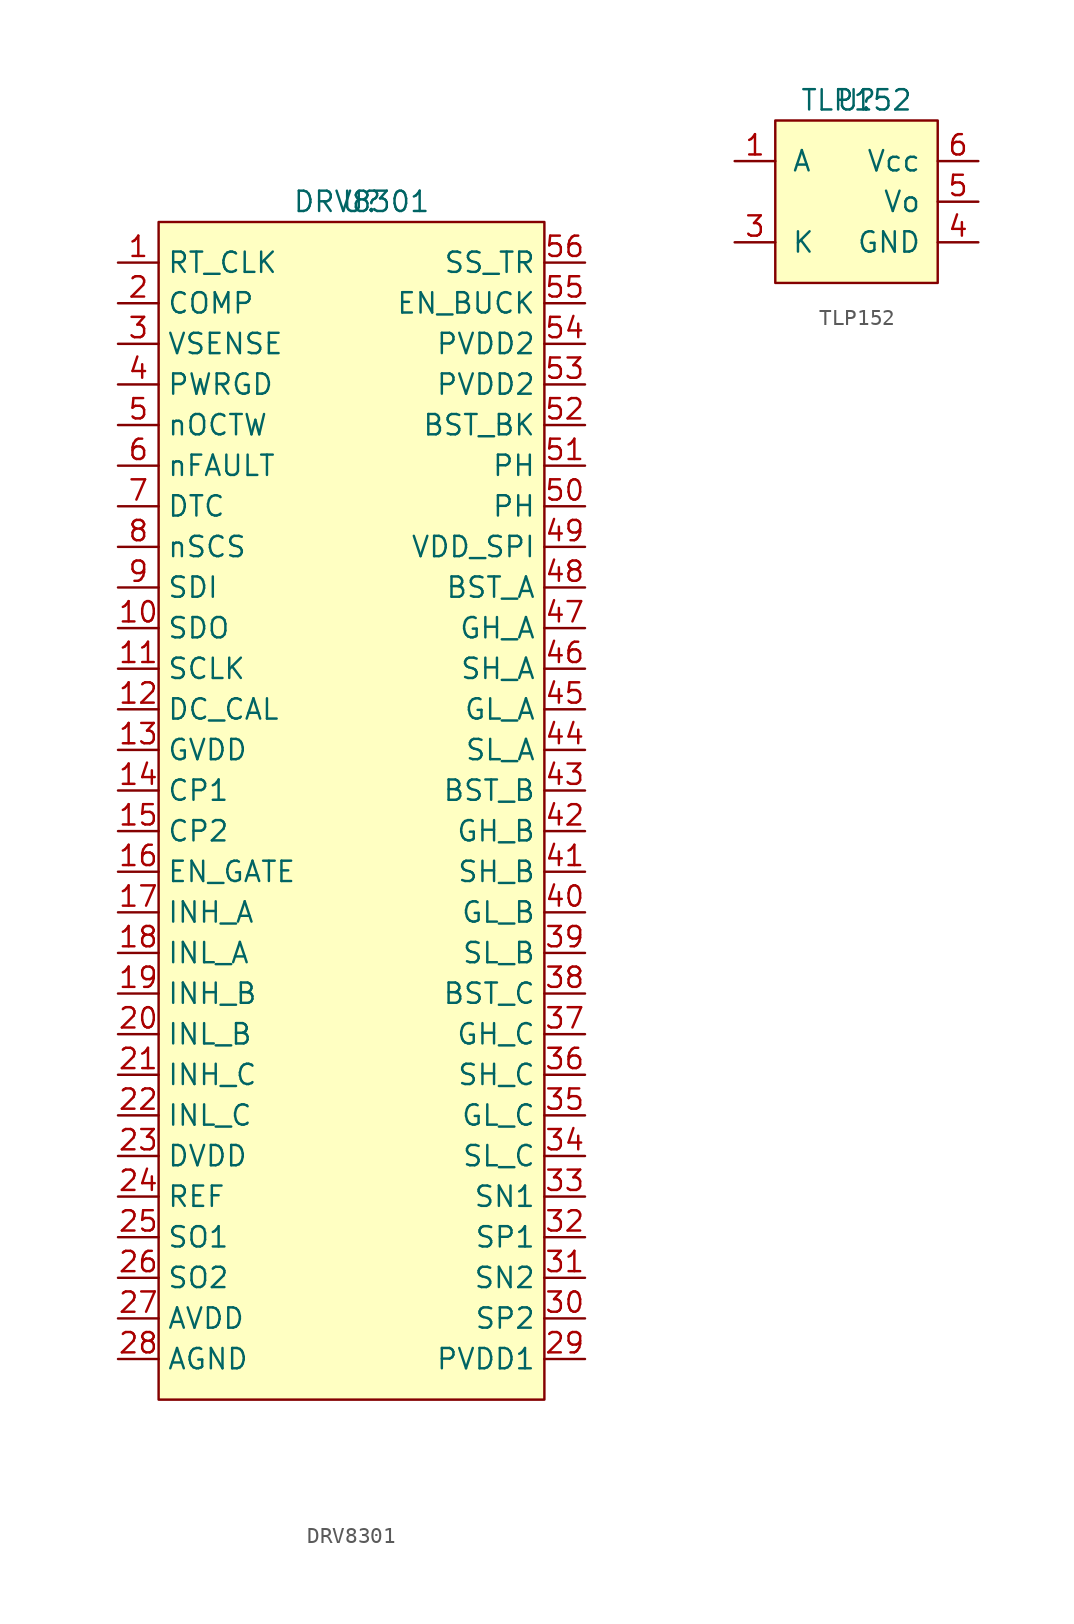
<source format=kicad_sym>
(kicad_symbol_lib
  (version 20211014)
  (generator kicad_symbol_editor)
  (symbol "DRV8301"
    (property "Reference" "U"
      (at 0 0 0)
      (effects (font (size 1.27 1.27))))
    (property "Value" "DRV8301"
      (at 0 0 0)
      (effects (font (size 1.27 1.27))))
    (symbol "DRV8301_0_1"
      (rectangle (start -12.7 -1.27) (end 11.43 -74.93) (stroke (width 0) (type default) (color 0 0 0 0)) (fill (type background))))
    (symbol "DRV8301_1_1"
      (pin input line (at -15.24 -3.81 0) (length 2.54) (name "RT_CLK" (effects (font (size 1.27 1.27)))) (number "1" (effects (font (size 1.27 1.27)))))
      (pin output line (at -15.24 -26.67 0) (length 2.54) (name "SDO" (effects (font (size 1.27 1.27)))) (number "10" (effects (font (size 1.27 1.27)))))
      (pin input line (at -15.24 -29.21 0) (length 2.54) (name "SCLK" (effects (font (size 1.27 1.27)))) (number "11" (effects (font (size 1.27 1.27)))))
      (pin input line (at -15.24 -31.75 0) (length 2.54) (name "DC_CAL" (effects (font (size 1.27 1.27)))) (number "12" (effects (font (size 1.27 1.27)))))
      (pin input line (at -15.24 -34.29 0) (length 2.54) (name "GVDD" (effects (font (size 1.27 1.27)))) (number "13" (effects (font (size 1.27 1.27)))))
      (pin input line (at -15.24 -36.83 0) (length 2.54) (name "CP1" (effects (font (size 1.27 1.27)))) (number "14" (effects (font (size 1.27 1.27)))))
      (pin input line (at -15.24 -39.37 0) (length 2.54) (name "CP2" (effects (font (size 1.27 1.27)))) (number "15" (effects (font (size 1.27 1.27)))))
      (pin input line (at -15.24 -41.91 0) (length 2.54) (name "EN_GATE" (effects (font (size 1.27 1.27)))) (number "16" (effects (font (size 1.27 1.27)))))
      (pin input line (at -15.24 -44.45 0) (length 2.54) (name "INH_A" (effects (font (size 1.27 1.27)))) (number "17" (effects (font (size 1.27 1.27)))))
      (pin input line (at -15.24 -46.99 0) (length 2.54) (name "INL_A" (effects (font (size 1.27 1.27)))) (number "18" (effects (font (size 1.27 1.27)))))
      (pin input line (at -15.24 -49.53 0) (length 2.54) (name "INH_B" (effects (font (size 1.27 1.27)))) (number "19" (effects (font (size 1.27 1.27)))))
      (pin input line (at -15.24 -6.35 0) (length 2.54) (name "COMP" (effects (font (size 1.27 1.27)))) (number "2" (effects (font (size 1.27 1.27)))))
      (pin input line (at -15.24 -52.07 0) (length 2.54) (name "INL_B" (effects (font (size 1.27 1.27)))) (number "20" (effects (font (size 1.27 1.27)))))
      (pin input line (at -15.24 -54.61 0) (length 2.54) (name "INH_C" (effects (font (size 1.27 1.27)))) (number "21" (effects (font (size 1.27 1.27)))))
      (pin input line (at -15.24 -57.15 0) (length 2.54) (name "INL_C" (effects (font (size 1.27 1.27)))) (number "22" (effects (font (size 1.27 1.27)))))
      (pin input line (at -15.24 -59.69 0) (length 2.54) (name "DVDD" (effects (font (size 1.27 1.27)))) (number "23" (effects (font (size 1.27 1.27)))))
      (pin output line (at -15.24 -62.23 0) (length 2.54) (name "REF" (effects (font (size 1.27 1.27)))) (number "24" (effects (font (size 1.27 1.27)))))
      (pin output line (at -15.24 -64.77 0) (length 2.54) (name "SO1" (effects (font (size 1.27 1.27)))) (number "25" (effects (font (size 1.27 1.27)))))
      (pin output line (at -15.24 -67.31 0) (length 2.54) (name "SO2" (effects (font (size 1.27 1.27)))) (number "26" (effects (font (size 1.27 1.27)))))
      (pin power_in line (at -15.24 -69.85 0) (length 2.54) (name "AVDD" (effects (font (size 1.27 1.27)))) (number "27" (effects (font (size 1.27 1.27)))))
      (pin power_in line (at -15.24 -72.39 0) (length 2.54) (name "AGND" (effects (font (size 1.27 1.27)))) (number "28" (effects (font (size 1.27 1.27)))))
      (pin power_in line (at 13.97 -72.39 180) (length 2.54) (name "PVDD1" (effects (font (size 1.27 1.27)))) (number "29" (effects (font (size 1.27 1.27)))))
      (pin input line (at -15.24 -8.89 0) (length 2.54) (name "VSENSE" (effects (font (size 1.27 1.27)))) (number "3" (effects (font (size 1.27 1.27)))))
      (pin input line (at 13.97 -69.85 180) (length 2.54) (name "SP2" (effects (font (size 1.27 1.27)))) (number "30" (effects (font (size 1.27 1.27)))))
      (pin input line (at 13.97 -67.31 180) (length 2.54) (name "SN2" (effects (font (size 1.27 1.27)))) (number "31" (effects (font (size 1.27 1.27)))))
      (pin input line (at 13.97 -64.77 180) (length 2.54) (name "SP1" (effects (font (size 1.27 1.27)))) (number "32" (effects (font (size 1.27 1.27)))))
      (pin input line (at 13.97 -62.23 180) (length 2.54) (name "SN1" (effects (font (size 1.27 1.27)))) (number "33" (effects (font (size 1.27 1.27)))))
      (pin power_out line (at 13.97 -59.69 180) (length 2.54) (name "SL_C" (effects (font (size 1.27 1.27)))) (number "34" (effects (font (size 1.27 1.27)))))
      (pin output line (at 13.97 -57.15 180) (length 2.54) (name "GL_C" (effects (font (size 1.27 1.27)))) (number "35" (effects (font (size 1.27 1.27)))))
      (pin power_out line (at 13.97 -54.61 180) (length 2.54) (name "SH_C" (effects (font (size 1.27 1.27)))) (number "36" (effects (font (size 1.27 1.27)))))
      (pin output line (at 13.97 -52.07 180) (length 2.54) (name "GH_C" (effects (font (size 1.27 1.27)))) (number "37" (effects (font (size 1.27 1.27)))))
      (pin power_out line (at 13.97 -49.53 180) (length 2.54) (name "BST_C" (effects (font (size 1.27 1.27)))) (number "38" (effects (font (size 1.27 1.27)))))
      (pin power_out line (at 13.97 -46.99 180) (length 2.54) (name "SL_B" (effects (font (size 1.27 1.27)))) (number "39" (effects (font (size 1.27 1.27)))))
      (pin input line (at -15.24 -11.43 0) (length 2.54) (name "PWRGD" (effects (font (size 1.27 1.27)))) (number "4" (effects (font (size 1.27 1.27)))))
      (pin output line (at 13.97 -44.45 180) (length 2.54) (name "GL_B" (effects (font (size 1.27 1.27)))) (number "40" (effects (font (size 1.27 1.27)))))
      (pin power_out line (at 13.97 -41.91 180) (length 2.54) (name "SH_B" (effects (font (size 1.27 1.27)))) (number "41" (effects (font (size 1.27 1.27)))))
      (pin output line (at 13.97 -39.37 180) (length 2.54) (name "GH_B" (effects (font (size 1.27 1.27)))) (number "42" (effects (font (size 1.27 1.27)))))
      (pin power_out line (at 13.97 -36.83 180) (length 2.54) (name "BST_B" (effects (font (size 1.27 1.27)))) (number "43" (effects (font (size 1.27 1.27)))))
      (pin power_out line (at 13.97 -34.29 180) (length 2.54) (name "SL_A" (effects (font (size 1.27 1.27)))) (number "44" (effects (font (size 1.27 1.27)))))
      (pin output line (at 13.97 -31.75 180) (length 2.54) (name "GL_A" (effects (font (size 1.27 1.27)))) (number "45" (effects (font (size 1.27 1.27)))))
      (pin power_out line (at 13.97 -29.21 180) (length 2.54) (name "SH_A" (effects (font (size 1.27 1.27)))) (number "46" (effects (font (size 1.27 1.27)))))
      (pin output line (at 13.97 -26.67 180) (length 2.54) (name "GH_A" (effects (font (size 1.27 1.27)))) (number "47" (effects (font (size 1.27 1.27)))))
      (pin power_out line (at 13.97 -24.13 180) (length 2.54) (name "BST_A" (effects (font (size 1.27 1.27)))) (number "48" (effects (font (size 1.27 1.27)))))
      (pin power_in line (at 13.97 -21.59 180) (length 2.54) (name "VDD_SPI" (effects (font (size 1.27 1.27)))) (number "49" (effects (font (size 1.27 1.27)))))
      (pin input line (at -15.24 -13.97 0) (length 2.54) (name "nOCTW" (effects (font (size 1.27 1.27)))) (number "5" (effects (font (size 1.27 1.27)))))
      (pin input line (at 13.97 -19.05 180) (length 2.54) (name "PH" (effects (font (size 1.27 1.27)))) (number "50" (effects (font (size 1.27 1.27)))))
      (pin input line (at 13.97 -16.51 180) (length 2.54) (name "PH" (effects (font (size 1.27 1.27)))) (number "51" (effects (font (size 1.27 1.27)))))
      (pin input line (at 13.97 -13.97 180) (length 2.54) (name "BST_BK" (effects (font (size 1.27 1.27)))) (number "52" (effects (font (size 1.27 1.27)))))
      (pin input line (at 13.97 -11.43 180) (length 2.54) (name "PVDD2" (effects (font (size 1.27 1.27)))) (number "53" (effects (font (size 1.27 1.27)))))
      (pin input line (at 13.97 -8.89 180) (length 2.54) (name "PVDD2" (effects (font (size 1.27 1.27)))) (number "54" (effects (font (size 1.27 1.27)))))
      (pin input line (at 13.97 -6.35 180) (length 2.54) (name "EN_BUCK" (effects (font (size 1.27 1.27)))) (number "55" (effects (font (size 1.27 1.27)))))
      (pin input line (at 13.97 -3.81 180) (length 2.54) (name "SS_TR" (effects (font (size 1.27 1.27)))) (number "56" (effects (font (size 1.27 1.27)))))
      (pin input line (at -15.24 -16.51 0) (length 2.54) (name "nFAULT" (effects (font (size 1.27 1.27)))) (number "6" (effects (font (size 1.27 1.27)))))
      (pin input line (at -15.24 -19.05 0) (length 2.54) (name "DTC" (effects (font (size 1.27 1.27)))) (number "7" (effects (font (size 1.27 1.27)))))
      (pin input line (at -15.24 -21.59 0) (length 2.54) (name "nSCS" (effects (font (size 1.27 1.27)))) (number "8" (effects (font (size 1.27 1.27)))))
      (pin input line (at -15.24 -24.13 0) (length 2.54) (name "SDI" (effects (font (size 1.27 1.27)))) (number "9" (effects (font (size 1.27 1.27)))))))
  (symbol "TLP152"
    (pin_names
      (offset 1.016))
    (property "Reference" "U"
      (at 0 0 0)
      (effects (font (size 1.27 1.27))))
    (property "Value" "TLP152"
      (at 0 0 0)
      (effects (font (size 1.27 1.27))))
    (symbol "TLP152_0_1"
      (rectangle (start -5.08 -1.27) (end 5.08 -11.43) (stroke (width 0) (type default) (color 0 0 0 0)) (fill (type background))))
    (symbol "TLP152_1_1"
      (pin input line (at -7.62 -3.81 0) (length 2.54) (name "A" (effects (font (size 1.27 1.27)))) (number "1" (effects (font (size 1.27 1.27)))))
      (pin input line (at -7.62 -8.89 0) (length 2.54) (name "K" (effects (font (size 1.27 1.27)))) (number "3" (effects (font (size 1.27 1.27)))))
      (pin power_in line (at 7.62 -8.89 180) (length 2.54) (name "GND" (effects (font (size 1.27 1.27)))) (number "4" (effects (font (size 1.27 1.27)))))
      (pin output line (at 7.62 -6.35 180) (length 2.54) (name "Vo" (effects (font (size 1.27 1.27)))) (number "5" (effects (font (size 1.27 1.27)))))
      (pin power_in line (at 7.62 -3.81 180) (length 2.54) (name "Vcc" (effects (font (size 1.27 1.27)))) (number "6" (effects (font (size 1.27 1.27))))))))
</source>
